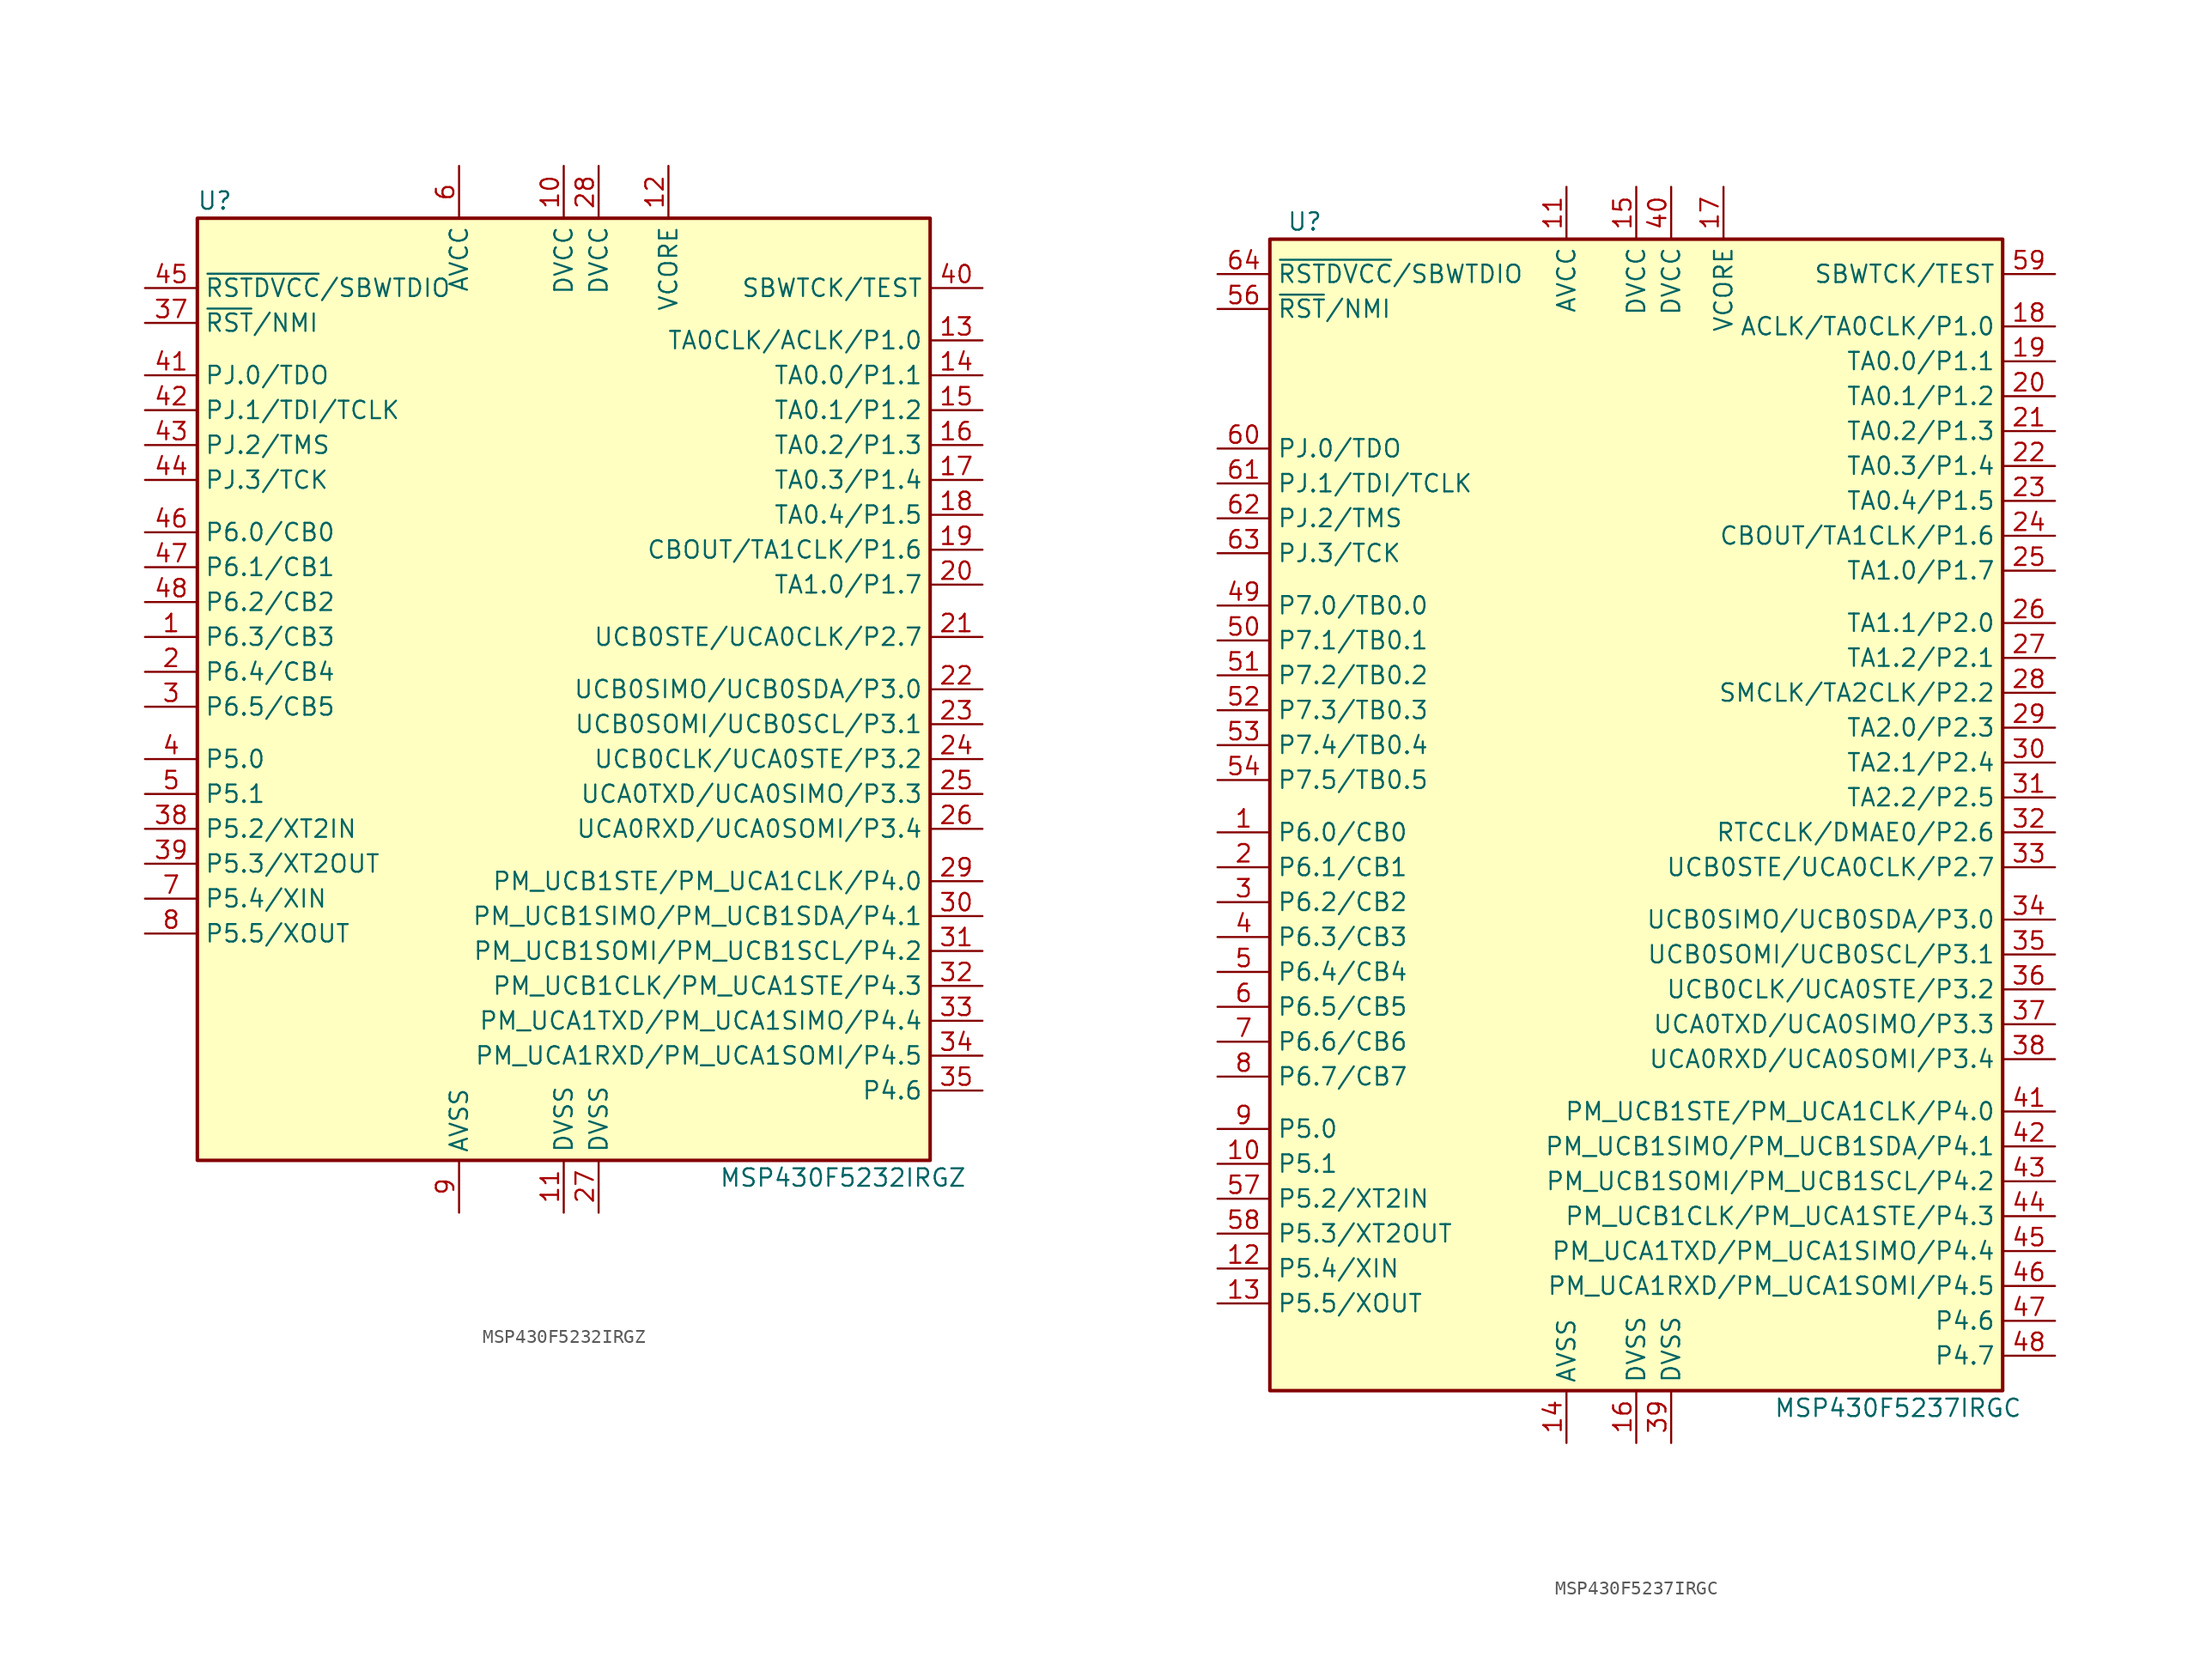
<source format=kicad_sym>
(kicad_symbol_lib
  (version 20201005)
  (generator kicad_symbol_editor)
  (symbol "MSP430F5232IRGZ"
    (property "Reference" "U"
      (at -25.4 35.56 0)
      (effects (font (size 1.27 1.27))))
    (property "Value" "MSP430F5232IRGZ"
      (at 20.32 -35.56 0)
      (effects (font (size 1.27 1.27))))
    (symbol "MSP430F5232IRGZ_0_1"
      (rectangle (start -26.67 34.29) (end 26.67 -34.29) (stroke (width 0.254)) (fill (type background))))
    (symbol "MSP430F5232IRGZ_1_1"
      (pin bidirectional line (at -30.48 3.81 0) (length 3.81) (name "P6.3/CB3" (effects (font (size 1.27 1.27)))) (number "1" (effects (font (size 1.27 1.27)))))
      (pin power_in line (at 0 38.1 270) (length 3.81) (name "DVCC" (effects (font (size 1.27 1.27)))) (number "10" (effects (font (size 1.27 1.27)))))
      (pin power_in line (at 0 -38.1 90) (length 3.81) (name "DVSS" (effects (font (size 1.27 1.27)))) (number "11" (effects (font (size 1.27 1.27)))))
      (pin passive line (at 7.62 38.1 270) (length 3.81) (name "VCORE" (effects (font (size 1.27 1.27)))) (number "12" (effects (font (size 1.27 1.27)))))
      (pin bidirectional line (at 30.48 25.4 180) (length 3.81) (name "TA0CLK/ACLK/P1.0" (effects (font (size 1.27 1.27)))) (number "13" (effects (font (size 1.27 1.27)))))
      (pin bidirectional line (at 30.48 22.86 180) (length 3.81) (name "TA0.0/P1.1" (effects (font (size 1.27 1.27)))) (number "14" (effects (font (size 1.27 1.27)))))
      (pin bidirectional line (at 30.48 20.32 180) (length 3.81) (name "TA0.1/P1.2" (effects (font (size 1.27 1.27)))) (number "15" (effects (font (size 1.27 1.27)))))
      (pin bidirectional line (at 30.48 17.78 180) (length 3.81) (name "TA0.2/P1.3" (effects (font (size 1.27 1.27)))) (number "16" (effects (font (size 1.27 1.27)))))
      (pin bidirectional line (at 30.48 15.24 180) (length 3.81) (name "TA0.3/P1.4" (effects (font (size 1.27 1.27)))) (number "17" (effects (font (size 1.27 1.27)))))
      (pin bidirectional line (at 30.48 12.7 180) (length 3.81) (name "TA0.4/P1.5" (effects (font (size 1.27 1.27)))) (number "18" (effects (font (size 1.27 1.27)))))
      (pin bidirectional line (at 30.48 10.16 180) (length 3.81) (name "CBOUT/TA1CLK/P1.6" (effects (font (size 1.27 1.27)))) (number "19" (effects (font (size 1.27 1.27)))))
      (pin bidirectional line (at -30.48 1.27 0) (length 3.81) (name "P6.4/CB4" (effects (font (size 1.27 1.27)))) (number "2" (effects (font (size 1.27 1.27)))))
      (pin bidirectional line (at 30.48 7.62 180) (length 3.81) (name "TA1.0/P1.7" (effects (font (size 1.27 1.27)))) (number "20" (effects (font (size 1.27 1.27)))))
      (pin bidirectional line (at 30.48 3.81 180) (length 3.81) (name "UCB0STE/UCA0CLK/P2.7" (effects (font (size 1.27 1.27)))) (number "21" (effects (font (size 1.27 1.27)))))
      (pin bidirectional line (at 30.48 0 180) (length 3.81) (name "UCB0SIMO/UCB0SDA/P3.0" (effects (font (size 1.27 1.27)))) (number "22" (effects (font (size 1.27 1.27)))))
      (pin bidirectional line (at 30.48 -2.54 180) (length 3.81) (name "UCB0SOMI/UCB0SCL/P3.1" (effects (font (size 1.27 1.27)))) (number "23" (effects (font (size 1.27 1.27)))))
      (pin bidirectional line (at 30.48 -5.08 180) (length 3.81) (name "UCB0CLK/UCA0STE/P3.2" (effects (font (size 1.27 1.27)))) (number "24" (effects (font (size 1.27 1.27)))))
      (pin bidirectional line (at 30.48 -7.62 180) (length 3.81) (name "UCA0TXD/UCA0SIMO/P3.3" (effects (font (size 1.27 1.27)))) (number "25" (effects (font (size 1.27 1.27)))))
      (pin bidirectional line (at 30.48 -10.16 180) (length 3.81) (name "UCA0RXD/UCA0SOMI/P3.4" (effects (font (size 1.27 1.27)))) (number "26" (effects (font (size 1.27 1.27)))))
      (pin power_in line (at 2.54 -38.1 90) (length 3.81) (name "DVSS" (effects (font (size 1.27 1.27)))) (number "27" (effects (font (size 1.27 1.27)))))
      (pin power_in line (at 2.54 38.1 270) (length 3.81) (name "DVCC" (effects (font (size 1.27 1.27)))) (number "28" (effects (font (size 1.27 1.27)))))
      (pin bidirectional line (at 30.48 -13.97 180) (length 3.81) (name "PM_UCB1STE/PM_UCA1CLK/P4.0" (effects (font (size 1.27 1.27)))) (number "29" (effects (font (size 1.27 1.27)))))
      (pin bidirectional line (at -30.48 -1.27 0) (length 3.81) (name "P6.5/CB5" (effects (font (size 1.27 1.27)))) (number "3" (effects (font (size 1.27 1.27)))))
      (pin bidirectional line (at 30.48 -16.51 180) (length 3.81) (name "PM_UCB1SIMO/PM_UCB1SDA/P4.1" (effects (font (size 1.27 1.27)))) (number "30" (effects (font (size 1.27 1.27)))))
      (pin bidirectional line (at 30.48 -19.05 180) (length 3.81) (name "PM_UCB1SOMI/PM_UCB1SCL/P4.2" (effects (font (size 1.27 1.27)))) (number "31" (effects (font (size 1.27 1.27)))))
      (pin bidirectional line (at 30.48 -21.59 180) (length 3.81) (name "PM_UCB1CLK/PM_UCA1STE/P4.3" (effects (font (size 1.27 1.27)))) (number "32" (effects (font (size 1.27 1.27)))))
      (pin bidirectional line (at 30.48 -24.13 180) (length 3.81) (name "PM_UCA1TXD/PM_UCA1SIMO/P4.4" (effects (font (size 1.27 1.27)))) (number "33" (effects (font (size 1.27 1.27)))))
      (pin bidirectional line (at 30.48 -26.67 180) (length 3.81) (name "PM_UCA1RXD/PM_UCA1SOMI/P4.5" (effects (font (size 1.27 1.27)))) (number "34" (effects (font (size 1.27 1.27)))))
      (pin bidirectional line (at 30.48 -29.21 180) (length 3.81) (name "P4.6" (effects (font (size 1.27 1.27)))) (number "35" (effects (font (size 1.27 1.27)))))
      (pin input line (at -30.48 26.67 0) (length 3.81) (name "~RST~/NMI" (effects (font (size 1.27 1.27)))) (number "37" (effects (font (size 1.27 1.27)))))
      (pin bidirectional line (at -30.48 -10.16 0) (length 3.81) (name "P5.2/XT2IN" (effects (font (size 1.27 1.27)))) (number "38" (effects (font (size 1.27 1.27)))))
      (pin bidirectional line (at -30.48 -12.7 0) (length 3.81) (name "P5.3/XT2OUT" (effects (font (size 1.27 1.27)))) (number "39" (effects (font (size 1.27 1.27)))))
      (pin bidirectional line (at -30.48 -5.08 0) (length 3.81) (name "P5.0" (effects (font (size 1.27 1.27)))) (number "4" (effects (font (size 1.27 1.27)))))
      (pin input line (at 30.48 29.21 180) (length 3.81) (name "SBWTCK/TEST" (effects (font (size 1.27 1.27)))) (number "40" (effects (font (size 1.27 1.27)))))
      (pin bidirectional line (at -30.48 22.86 0) (length 3.81) (name "PJ.0/TDO" (effects (font (size 1.27 1.27)))) (number "41" (effects (font (size 1.27 1.27)))))
      (pin bidirectional line (at -30.48 20.32 0) (length 3.81) (name "PJ.1/TDI/TCLK" (effects (font (size 1.27 1.27)))) (number "42" (effects (font (size 1.27 1.27)))))
      (pin bidirectional line (at -30.48 17.78 0) (length 3.81) (name "PJ.2/TMS" (effects (font (size 1.27 1.27)))) (number "43" (effects (font (size 1.27 1.27)))))
      (pin bidirectional line (at -30.48 15.24 0) (length 3.81) (name "PJ.3/TCK" (effects (font (size 1.27 1.27)))) (number "44" (effects (font (size 1.27 1.27)))))
      (pin bidirectional line (at -30.48 29.21 0) (length 3.81) (name "~RSTDVCC~/SBWTDIO" (effects (font (size 1.27 1.27)))) (number "45" (effects (font (size 1.27 1.27)))))
      (pin bidirectional line (at -30.48 11.43 0) (length 3.81) (name "P6.0/CB0" (effects (font (size 1.27 1.27)))) (number "46" (effects (font (size 1.27 1.27)))))
      (pin bidirectional line (at -30.48 8.89 0) (length 3.81) (name "P6.1/CB1" (effects (font (size 1.27 1.27)))) (number "47" (effects (font (size 1.27 1.27)))))
      (pin bidirectional line (at -30.48 6.35 0) (length 3.81) (name "P6.2/CB2" (effects (font (size 1.27 1.27)))) (number "48" (effects (font (size 1.27 1.27)))))
      (pin bidirectional line (at -30.48 -7.62 0) (length 3.81) (name "P5.1" (effects (font (size 1.27 1.27)))) (number "5" (effects (font (size 1.27 1.27)))))
      (pin power_in line (at -7.62 38.1 270) (length 3.81) (name "AVCC" (effects (font (size 1.27 1.27)))) (number "6" (effects (font (size 1.27 1.27)))))
      (pin bidirectional line (at -30.48 -15.24 0) (length 3.81) (name "P5.4/XIN" (effects (font (size 1.27 1.27)))) (number "7" (effects (font (size 1.27 1.27)))))
      (pin bidirectional line (at -30.48 -17.78 0) (length 3.81) (name "P5.5/XOUT" (effects (font (size 1.27 1.27)))) (number "8" (effects (font (size 1.27 1.27)))))
      (pin power_in line (at -7.62 -38.1 90) (length 3.81) (name "AVSS" (effects (font (size 1.27 1.27)))) (number "9" (effects (font (size 1.27 1.27)))))))
  (symbol "MSP430F5237IRGC"
    (property "Reference" "U"
      (at -24.13 43.18 0)
      (effects (font (size 1.27 1.27))))
    (property "Value" "MSP430F5237IRGC"
      (at 19.05 -43.18 0)
      (effects (font (size 1.27 1.27))))
    (symbol "MSP430F5237IRGC_0_1"
      (rectangle (start -26.67 41.91) (end 26.67 -41.91) (stroke (width 0.254)) (fill (type background))))
    (symbol "MSP430F5237IRGC_1_1"
      (pin bidirectional line (at -30.48 -1.27 0) (length 3.81) (name "P6.0/CB0" (effects (font (size 1.27 1.27)))) (number "1" (effects (font (size 1.27 1.27)))))
      (pin bidirectional line (at -30.48 -25.4 0) (length 3.81) (name "P5.1" (effects (font (size 1.27 1.27)))) (number "10" (effects (font (size 1.27 1.27)))))
      (pin power_in line (at -5.08 45.72 270) (length 3.81) (name "AVCC" (effects (font (size 1.27 1.27)))) (number "11" (effects (font (size 1.27 1.27)))))
      (pin bidirectional line (at -30.48 -33.02 0) (length 3.81) (name "P5.4/XIN" (effects (font (size 1.27 1.27)))) (number "12" (effects (font (size 1.27 1.27)))))
      (pin bidirectional line (at -30.48 -35.56 0) (length 3.81) (name "P5.5/XOUT" (effects (font (size 1.27 1.27)))) (number "13" (effects (font (size 1.27 1.27)))))
      (pin power_in line (at -5.08 -45.72 90) (length 3.81) (name "AVSS" (effects (font (size 1.27 1.27)))) (number "14" (effects (font (size 1.27 1.27)))))
      (pin power_in line (at 0 45.72 270) (length 3.81) (name "DVCC" (effects (font (size 1.27 1.27)))) (number "15" (effects (font (size 1.27 1.27)))))
      (pin power_in line (at 0 -45.72 90) (length 3.81) (name "DVSS" (effects (font (size 1.27 1.27)))) (number "16" (effects (font (size 1.27 1.27)))))
      (pin power_in line (at 6.35 45.72 270) (length 3.81) (name "VCORE" (effects (font (size 1.27 1.27)))) (number "17" (effects (font (size 1.27 1.27)))))
      (pin bidirectional line (at 30.48 35.56 180) (length 3.81) (name "ACLK/TA0CLK/P1.0" (effects (font (size 1.27 1.27)))) (number "18" (effects (font (size 1.27 1.27)))))
      (pin bidirectional line (at 30.48 33.02 180) (length 3.81) (name "TA0.0/P1.1" (effects (font (size 1.27 1.27)))) (number "19" (effects (font (size 1.27 1.27)))))
      (pin bidirectional line (at -30.48 -3.81 0) (length 3.81) (name "P6.1/CB1" (effects (font (size 1.27 1.27)))) (number "2" (effects (font (size 1.27 1.27)))))
      (pin bidirectional line (at 30.48 30.48 180) (length 3.81) (name "TA0.1/P1.2" (effects (font (size 1.27 1.27)))) (number "20" (effects (font (size 1.27 1.27)))))
      (pin bidirectional line (at 30.48 27.94 180) (length 3.81) (name "TA0.2/P1.3" (effects (font (size 1.27 1.27)))) (number "21" (effects (font (size 1.27 1.27)))))
      (pin bidirectional line (at 30.48 25.4 180) (length 3.81) (name "TA0.3/P1.4" (effects (font (size 1.27 1.27)))) (number "22" (effects (font (size 1.27 1.27)))))
      (pin bidirectional line (at 30.48 22.86 180) (length 3.81) (name "TA0.4/P1.5" (effects (font (size 1.27 1.27)))) (number "23" (effects (font (size 1.27 1.27)))))
      (pin bidirectional line (at 30.48 20.32 180) (length 3.81) (name "CBOUT/TA1CLK/P1.6" (effects (font (size 1.27 1.27)))) (number "24" (effects (font (size 1.27 1.27)))))
      (pin bidirectional line (at 30.48 17.78 180) (length 3.81) (name "TA1.0/P1.7" (effects (font (size 1.27 1.27)))) (number "25" (effects (font (size 1.27 1.27)))))
      (pin bidirectional line (at 30.48 13.97 180) (length 3.81) (name "TA1.1/P2.0" (effects (font (size 1.27 1.27)))) (number "26" (effects (font (size 1.27 1.27)))))
      (pin bidirectional line (at 30.48 11.43 180) (length 3.81) (name "TA1.2/P2.1" (effects (font (size 1.27 1.27)))) (number "27" (effects (font (size 1.27 1.27)))))
      (pin bidirectional line (at 30.48 8.89 180) (length 3.81) (name "SMCLK/TA2CLK/P2.2" (effects (font (size 1.27 1.27)))) (number "28" (effects (font (size 1.27 1.27)))))
      (pin bidirectional line (at 30.48 6.35 180) (length 3.81) (name "TA2.0/P2.3" (effects (font (size 1.27 1.27)))) (number "29" (effects (font (size 1.27 1.27)))))
      (pin bidirectional line (at -30.48 -6.35 0) (length 3.81) (name "P6.2/CB2" (effects (font (size 1.27 1.27)))) (number "3" (effects (font (size 1.27 1.27)))))
      (pin bidirectional line (at 30.48 3.81 180) (length 3.81) (name "TA2.1/P2.4" (effects (font (size 1.27 1.27)))) (number "30" (effects (font (size 1.27 1.27)))))
      (pin bidirectional line (at 30.48 1.27 180) (length 3.81) (name "TA2.2/P2.5" (effects (font (size 1.27 1.27)))) (number "31" (effects (font (size 1.27 1.27)))))
      (pin bidirectional line (at 30.48 -1.27 180) (length 3.81) (name "RTCCLK/DMAE0/P2.6" (effects (font (size 1.27 1.27)))) (number "32" (effects (font (size 1.27 1.27)))))
      (pin bidirectional line (at 30.48 -3.81 180) (length 3.81) (name "UCB0STE/UCA0CLK/P2.7" (effects (font (size 1.27 1.27)))) (number "33" (effects (font (size 1.27 1.27)))))
      (pin bidirectional line (at 30.48 -7.62 180) (length 3.81) (name "UCB0SIMO/UCB0SDA/P3.0" (effects (font (size 1.27 1.27)))) (number "34" (effects (font (size 1.27 1.27)))))
      (pin bidirectional line (at 30.48 -10.16 180) (length 3.81) (name "UCB0SOMI/UCB0SCL/P3.1" (effects (font (size 1.27 1.27)))) (number "35" (effects (font (size 1.27 1.27)))))
      (pin bidirectional line (at 30.48 -12.7 180) (length 3.81) (name "UCB0CLK/UCA0STE/P3.2" (effects (font (size 1.27 1.27)))) (number "36" (effects (font (size 1.27 1.27)))))
      (pin bidirectional line (at 30.48 -15.24 180) (length 3.81) (name "UCA0TXD/UCA0SIMO/P3.3" (effects (font (size 1.27 1.27)))) (number "37" (effects (font (size 1.27 1.27)))))
      (pin bidirectional line (at 30.48 -17.78 180) (length 3.81) (name "UCA0RXD/UCA0SOMI/P3.4" (effects (font (size 1.27 1.27)))) (number "38" (effects (font (size 1.27 1.27)))))
      (pin power_in line (at 2.54 -45.72 90) (length 3.81) (name "DVSS" (effects (font (size 1.27 1.27)))) (number "39" (effects (font (size 1.27 1.27)))))
      (pin bidirectional line (at -30.48 -8.89 0) (length 3.81) (name "P6.3/CB3" (effects (font (size 1.27 1.27)))) (number "4" (effects (font (size 1.27 1.27)))))
      (pin power_in line (at 2.54 45.72 270) (length 3.81) (name "DVCC" (effects (font (size 1.27 1.27)))) (number "40" (effects (font (size 1.27 1.27)))))
      (pin bidirectional line (at 30.48 -21.59 180) (length 3.81) (name "PM_UCB1STE/PM_UCA1CLK/P4.0" (effects (font (size 1.27 1.27)))) (number "41" (effects (font (size 1.27 1.27)))))
      (pin bidirectional line (at 30.48 -24.13 180) (length 3.81) (name "PM_UCB1SIMO/PM_UCB1SDA/P4.1" (effects (font (size 1.27 1.27)))) (number "42" (effects (font (size 1.27 1.27)))))
      (pin bidirectional line (at 30.48 -26.67 180) (length 3.81) (name "PM_UCB1SOMI/PM_UCB1SCL/P4.2" (effects (font (size 1.27 1.27)))) (number "43" (effects (font (size 1.27 1.27)))))
      (pin bidirectional line (at 30.48 -29.21 180) (length 3.81) (name "PM_UCB1CLK/PM_UCA1STE/P4.3" (effects (font (size 1.27 1.27)))) (number "44" (effects (font (size 1.27 1.27)))))
      (pin bidirectional line (at 30.48 -31.75 180) (length 3.81) (name "PM_UCA1TXD/PM_UCA1SIMO/P4.4" (effects (font (size 1.27 1.27)))) (number "45" (effects (font (size 1.27 1.27)))))
      (pin bidirectional line (at 30.48 -34.29 180) (length 3.81) (name "PM_UCA1RXD/PM_UCA1SOMI/P4.5" (effects (font (size 1.27 1.27)))) (number "46" (effects (font (size 1.27 1.27)))))
      (pin bidirectional line (at 30.48 -36.83 180) (length 3.81) (name "P4.6" (effects (font (size 1.27 1.27)))) (number "47" (effects (font (size 1.27 1.27)))))
      (pin bidirectional line (at 30.48 -39.37 180) (length 3.81) (name "P4.7" (effects (font (size 1.27 1.27)))) (number "48" (effects (font (size 1.27 1.27)))))
      (pin bidirectional line (at -30.48 15.24 0) (length 3.81) (name "P7.0/TB0.0" (effects (font (size 1.27 1.27)))) (number "49" (effects (font (size 1.27 1.27)))))
      (pin bidirectional line (at -30.48 -11.43 0) (length 3.81) (name "P6.4/CB4" (effects (font (size 1.27 1.27)))) (number "5" (effects (font (size 1.27 1.27)))))
      (pin bidirectional line (at -30.48 12.7 0) (length 3.81) (name "P7.1/TB0.1" (effects (font (size 1.27 1.27)))) (number "50" (effects (font (size 1.27 1.27)))))
      (pin bidirectional line (at -30.48 10.16 0) (length 3.81) (name "P7.2/TB0.2" (effects (font (size 1.27 1.27)))) (number "51" (effects (font (size 1.27 1.27)))))
      (pin bidirectional line (at -30.48 7.62 0) (length 3.81) (name "P7.3/TB0.3" (effects (font (size 1.27 1.27)))) (number "52" (effects (font (size 1.27 1.27)))))
      (pin bidirectional line (at -30.48 5.08 0) (length 3.81) (name "P7.4/TB0.4" (effects (font (size 1.27 1.27)))) (number "53" (effects (font (size 1.27 1.27)))))
      (pin bidirectional line (at -30.48 2.54 0) (length 3.81) (name "P7.5/TB0.5" (effects (font (size 1.27 1.27)))) (number "54" (effects (font (size 1.27 1.27)))))
      (pin input line (at -30.48 36.83 0) (length 3.81) (name "~RST~/NMI" (effects (font (size 1.27 1.27)))) (number "56" (effects (font (size 1.27 1.27)))))
      (pin bidirectional line (at -30.48 -27.94 0) (length 3.81) (name "P5.2/XT2IN" (effects (font (size 1.27 1.27)))) (number "57" (effects (font (size 1.27 1.27)))))
      (pin bidirectional line (at -30.48 -30.48 0) (length 3.81) (name "P5.3/XT2OUT" (effects (font (size 1.27 1.27)))) (number "58" (effects (font (size 1.27 1.27)))))
      (pin input line (at 30.48 39.37 180) (length 3.81) (name "SBWTCK/TEST" (effects (font (size 1.27 1.27)))) (number "59" (effects (font (size 1.27 1.27)))))
      (pin bidirectional line (at -30.48 -13.97 0) (length 3.81) (name "P6.5/CB5" (effects (font (size 1.27 1.27)))) (number "6" (effects (font (size 1.27 1.27)))))
      (pin bidirectional line (at -30.48 26.67 0) (length 3.81) (name "PJ.0/TDO" (effects (font (size 1.27 1.27)))) (number "60" (effects (font (size 1.27 1.27)))))
      (pin bidirectional line (at -30.48 24.13 0) (length 3.81) (name "PJ.1/TDI/TCLK" (effects (font (size 1.27 1.27)))) (number "61" (effects (font (size 1.27 1.27)))))
      (pin bidirectional line (at -30.48 21.59 0) (length 3.81) (name "PJ.2/TMS" (effects (font (size 1.27 1.27)))) (number "62" (effects (font (size 1.27 1.27)))))
      (pin bidirectional line (at -30.48 19.05 0) (length 3.81) (name "PJ.3/TCK" (effects (font (size 1.27 1.27)))) (number "63" (effects (font (size 1.27 1.27)))))
      (pin bidirectional line (at -30.48 39.37 0) (length 3.81) (name "~RSTDVCC~/SBWTDIO" (effects (font (size 1.27 1.27)))) (number "64" (effects (font (size 1.27 1.27)))))
      (pin bidirectional line (at -30.48 -16.51 0) (length 3.81) (name "P6.6/CB6" (effects (font (size 1.27 1.27)))) (number "7" (effects (font (size 1.27 1.27)))))
      (pin bidirectional line (at -30.48 -19.05 0) (length 3.81) (name "P6.7/CB7" (effects (font (size 1.27 1.27)))) (number "8" (effects (font (size 1.27 1.27)))))
      (pin bidirectional line (at -30.48 -22.86 0) (length 3.81) (name "P5.0" (effects (font (size 1.27 1.27)))) (number "9" (effects (font (size 1.27 1.27))))))))
</source>
